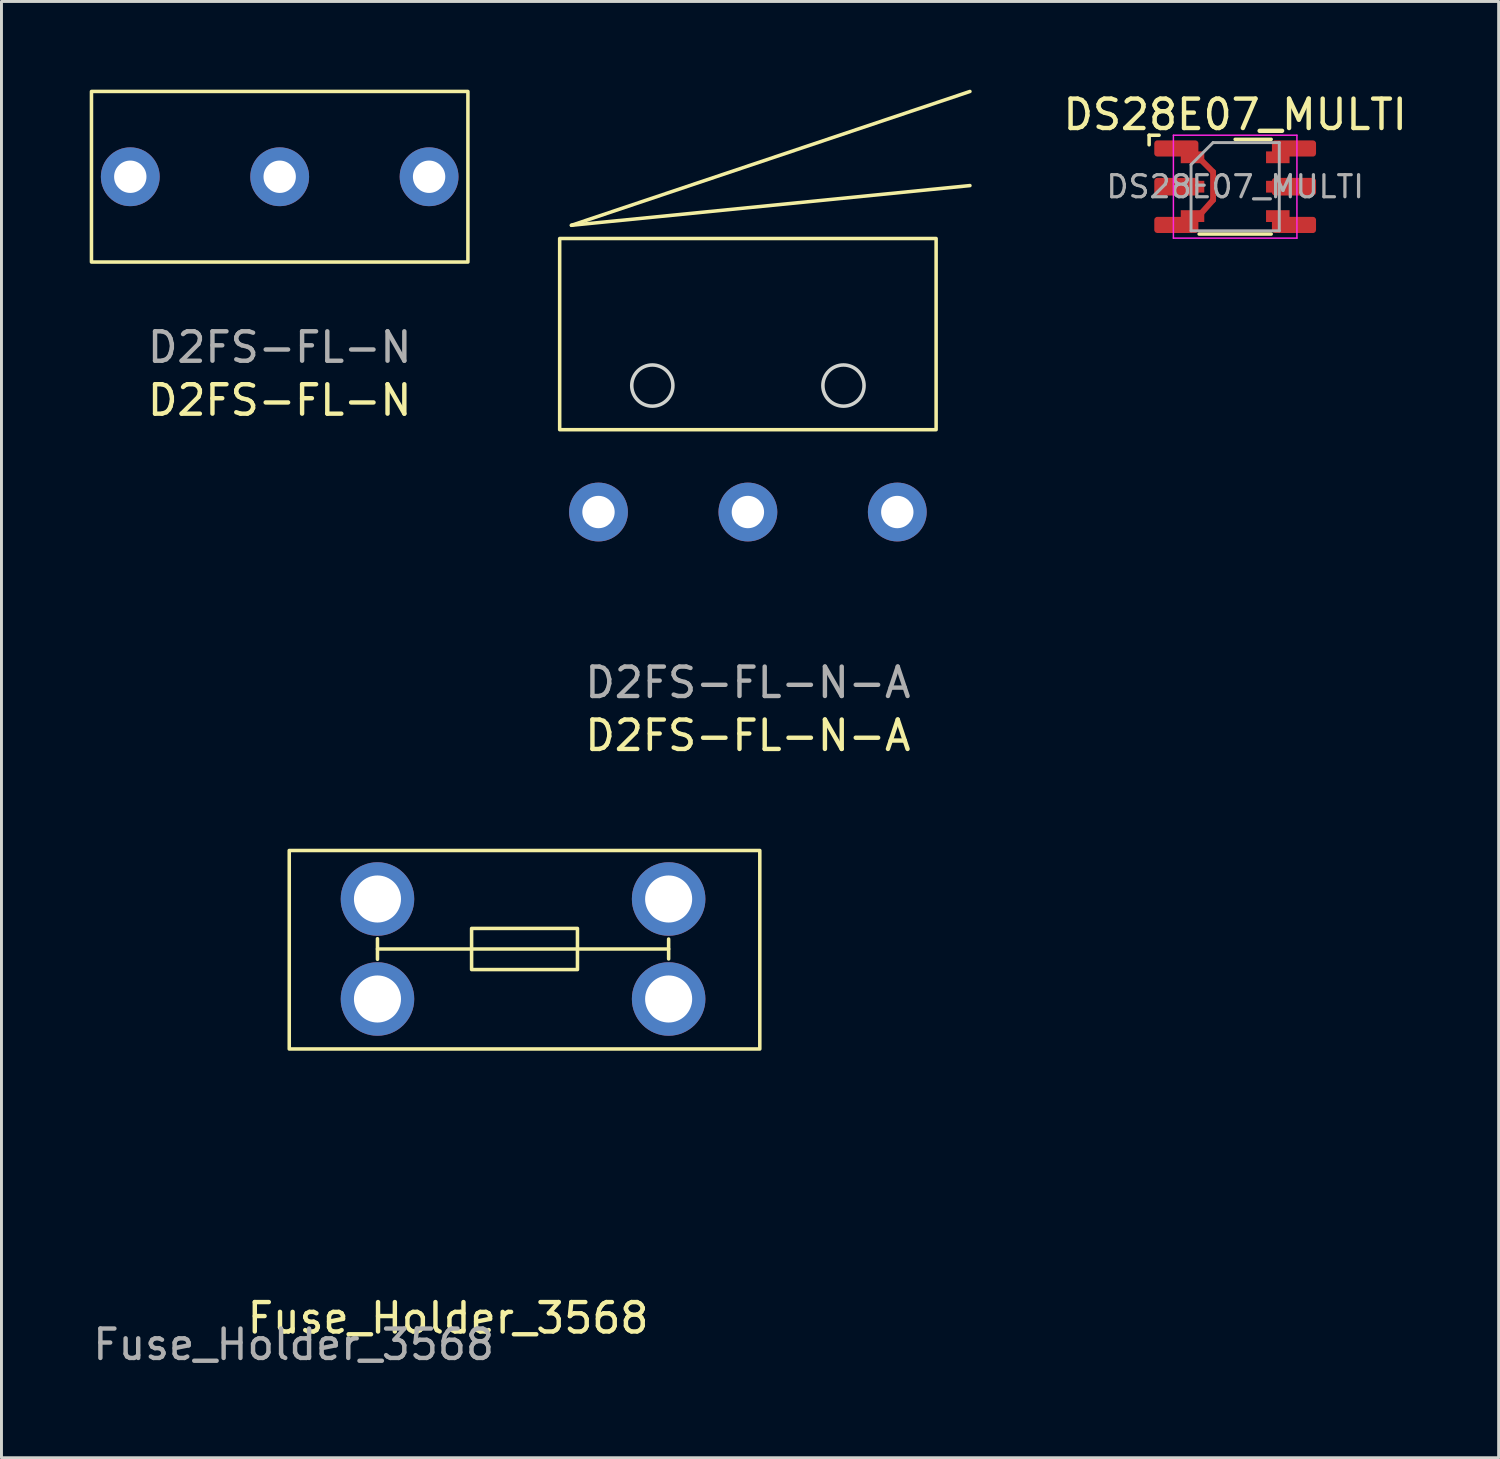
<source format=kicad_pcb>
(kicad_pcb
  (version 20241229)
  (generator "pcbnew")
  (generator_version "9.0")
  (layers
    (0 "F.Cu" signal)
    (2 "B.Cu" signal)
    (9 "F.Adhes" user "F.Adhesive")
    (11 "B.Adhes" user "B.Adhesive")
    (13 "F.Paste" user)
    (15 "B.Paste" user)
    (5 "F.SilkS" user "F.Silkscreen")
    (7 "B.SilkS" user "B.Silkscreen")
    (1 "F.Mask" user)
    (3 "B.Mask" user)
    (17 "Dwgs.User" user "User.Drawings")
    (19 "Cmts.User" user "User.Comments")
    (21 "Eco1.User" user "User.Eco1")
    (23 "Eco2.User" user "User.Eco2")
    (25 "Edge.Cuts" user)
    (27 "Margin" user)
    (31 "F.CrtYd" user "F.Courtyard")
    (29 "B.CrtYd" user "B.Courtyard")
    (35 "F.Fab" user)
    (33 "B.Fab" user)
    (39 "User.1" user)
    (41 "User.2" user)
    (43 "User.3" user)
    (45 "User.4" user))
  (footprint "DS28E07_MULTI"
    (layer "F.Cu")
    (at 38.948 3.298)
    (property "Reference" "DS28E07_MULTI" (at 0 -2.45 0) (layer "F.SilkS") (effects (font (size 1 1) (thickness 0.15))))
    (attr smd)
    (fp_line (start -1.15 -0.9) (end -0.75 -0.5) (stroke (width 0.2) (type solid)) (layer "F.Cu"))
    (fp_line (start -0.75 -0.5) (end -0.75 0.45) (stroke (width 0.2) (type solid)) (layer "F.Cu"))
    (fp_line (start -0.75 0.45) (end -1.15 0.9) (stroke (width 0.2) (type solid)) (layer "F.Cu"))
    (fp_line (start -2.925 -1.75) (end -2.587 -1.75) (stroke (width 0.12) (type solid)) (layer "F.SilkS"))
    (fp_line (start -2.925 -1.425) (end -2.925 -1.75) (stroke (width 0.12) (type solid)) (layer "F.SilkS"))
    (fp_line (start -1.225 1.61) (end 1.225 1.61) (stroke (width 0.12) (type solid)) (layer "F.SilkS"))
    (fp_line (start 0 -1.61) (end 1.225 -1.61) (stroke (width 0.12) (type solid)) (layer "F.SilkS"))
    (fp_line (start -2.1 -1.75) (end -2.1 1.75) (stroke (width 0.05) (type solid)) (layer "F.CrtYd"))
    (fp_line (start -2.1 1.75) (end 2.1 1.75) (stroke (width 0.05) (type solid)) (layer "F.CrtYd"))
    (fp_line (start 2.1 -1.75) (end -2.1 -1.75) (stroke (width 0.05) (type solid)) (layer "F.CrtYd"))
    (fp_line (start 2.1 1.75) (end 2.1 -1.75) (stroke (width 0.05) (type solid)) (layer "F.CrtYd"))
    (fp_line (start -1.5 -0.75) (end -0.75 -1.5) (stroke (width 0.1) (type solid)) (layer "F.Fab"))
    (fp_line (start -1.5 1.5) (end -1.5 -0.75) (stroke (width 0.1) (type solid)) (layer "F.Fab"))
    (fp_line (start -0.75 -1.5) (end 1.5 -1.5) (stroke (width 0.1) (type solid)) (layer "F.Fab"))
    (fp_line (start 1.5 -1.5) (end 1.5 1.5) (stroke (width 0.1) (type solid)) (layer "F.Fab"))
    (fp_line (start 1.5 1.5) (end -1.5 1.5) (stroke (width 0.1) (type solid)) (layer "F.Fab"))
    (fp_text user "${REFERENCE}" (at 0 0 0) (layer "F.Fab") (effects (font (size 0.75 0.75) (thickness 0.11))))
    (pad "1" smd custom (at -1.45 -1) (size 0.8 0.4) (layers "F.Cu" "F.Mask" "F.Paste") (options (anchor rect)) (primitives (gr_poly (pts (xy 0.1 -0.125) (xy 0.1 -0.475) (xy -1.2 -0.475) (xy -1.2 -0.125)) (width 0.2) (fill yes))))
    (pad "2" smd custom (at -1.45 0) (size 0.8 0.4) (layers "F.Cu" "F.Mask" "F.Paste") (options (anchor rect)) (primitives (gr_poly (pts (xy 0.1 0.2) (xy 0.1 -0.2) (xy -1.2 -0.2) (xy -1.2 0.2)) (width 0.2) (fill yes))))
    (pad "3" smd custom (at -1.45 1) (size 0.8 0.4) (layers "F.Cu" "F.Mask" "F.Paste") (options (anchor rect)) (primitives (gr_poly (pts (xy 0.1 0.125) (xy 0.1 0.475) (xy -1.2 0.475) (xy -1.2 0.125)) (width 0.2) (fill yes))))
    (pad "4" smd custom (at 1.45 1) (size 0.8 0.4) (layers "F.Cu" "F.Mask" "F.Paste") (options (anchor rect)) (primitives (gr_poly (pts (xy -0.1 0.125) (xy -0.1 0.475) (xy 1.2 0.475) (xy 1.2 0.125)) (width 0.2) (fill yes))))
    (pad "5" smd custom (at 1.45 0) (size 0.8 0.4) (layers "F.Cu" "F.Mask" "F.Paste") (options (anchor rect)) (primitives (gr_poly (pts (xy -0.1 0.2) (xy -0.1 -0.2) (xy 1.2 -0.2) (xy 1.2 0.2)) (width 0.2) (fill yes))))
    (pad "6" smd custom (at 1.45 -1) (size 0.8 0.4) (layers "F.Cu" "F.Mask" "F.Paste") (options (anchor rect)) (primitives (gr_poly (pts (xy -0.1 -0.125) (xy -0.1 -0.475) (xy 1.2 -0.475) (xy 1.2 -0.125)) (width 0.2) (fill yes)))))
  (footprint "D2FS-FL-N-A"
    (layer "F.Cu")
    (at 22.38 14.36)
    (property "Reference" "D2FS-FL-N-A" (at 0 7.6 0) (unlocked yes) (layer "F.SilkS") (effects (font (size 1 1) (thickness 0.15))))
    (attr through_hole)
    (fp_line (start 7.55 -14.3) (end -6 -9.75) (stroke (width 0.12) (type default)) (layer "F.SilkS"))
    (fp_line (start 7.55 -11.1) (end -6 -9.75) (stroke (width 0.12) (type default)) (layer "F.SilkS"))
    (fp_rect (start -6.4 -9.3) (end 6.4 -2.8) (stroke (width 0.12) (type default)) (fill no) (layer "F.SilkS"))
    (fp_circle (center -3.25 -4.3) (end -2.55 -4.3) (stroke (width 0.12) (type default)) (fill no) (layer "Edge.Cuts"))
    (fp_circle (center 3.25 -4.3) (end 3.95 -4.3) (stroke (width 0.12) (type default)) (fill no) (layer "Edge.Cuts"))
    (fp_text user "${REFERENCE}" (at 0 5.8 0) (unlocked yes) (layer "F.Fab") (effects (font (size 1 1) (thickness 0.15))))
    (pad "1" thru_hole circle (at -5.08 0) (size 2 2) (drill 1.1) (layers "*.Cu" "*.Mask"))
    (pad "2" thru_hole circle (at 0 0) (size 2 2) (drill 1.1) (layers "*.Cu" "*.Mask"))
    (pad "3" thru_hole circle (at 5.08 0) (size 2 2) (drill 1.1) (layers "*.Cu" "*.Mask")))
  (footprint "Fuse_Holder_3568"
    (layer "F.Cu")
    (at 9.785 30.918)
    (property "Reference" "Fuse_Holder_3568" (at 2.4 10.85 0) (unlocked yes) (layer "F.SilkS") (effects (font (size 1 1) (thickness 0.15))))
    (attr through_hole)
    (fp_line (start 0 -2.05) (end 0 -1.35) (stroke (width 0.12) (type solid)) (layer "F.SilkS"))
    (fp_line (start 0 -1.7) (end 9.9 -1.7) (stroke (width 0.12) (type solid)) (layer "F.SilkS"))
    (fp_line (start 9.9 -2.038) (end 9.9 -1.363) (stroke (width 0.12) (type solid)) (layer "F.SilkS"))
    (fp_rect (start -3 -5.05) (end 13 1.7) (stroke (width 0.12) (type solid)) (fill no) (layer "F.SilkS"))
    (fp_rect (start 3.2 -2.4) (end 6.8 -1) (stroke (width 0.12) (type solid)) (fill no) (layer "F.SilkS"))
    (fp_text user "${REFERENCE}" (at -2.85 11.75 0) (unlocked yes) (layer "F.Fab") (effects (font (size 1 1) (thickness 0.15))))
    (pad "1" thru_hole circle (at 0 0) (size 2.5 2.5) (drill 1.6) (layers "*.Cu" "*.Mask"))
    (pad "2" thru_hole circle (at 0 -3.4) (size 2.5 2.5) (drill 1.6) (layers "*.Cu" "*.Mask"))
    (pad "3" thru_hole circle (at 9.9 -3.4) (size 2.5 2.5) (drill 1.6) (layers "*.Cu" "*.Mask"))
    (pad "4" thru_hole circle (at 9.9 0) (size 2.5 2.5) (drill 1.6) (layers "*.Cu" "*.Mask")))
  (footprint "D2FS-FL-N"
    (layer "F.Cu")
    (at 6.46 2.96)
    (property "Reference" "D2FS-FL-N" (at 0 7.6 0) (unlocked yes) (layer "F.SilkS") (effects (font (size 1 1) (thickness 0.15))))
    (attr through_hole)
    (fp_rect (start -6.4 -2.9) (end 6.4 2.9) (stroke (width 0.12) (type default)) (fill no) (layer "F.SilkS"))
    (fp_text user "${REFERENCE}" (at 0 5.8 0) (unlocked yes) (layer "F.Fab") (effects (font (size 1 1) (thickness 0.15))))
    (pad "1" thru_hole circle (at -5.08 0) (size 2 2) (drill 1.1) (layers "*.Cu" "*.Mask"))
    (pad "2" thru_hole circle (at 0 0) (size 2 2) (drill 1.1) (layers "*.Cu" "*.Mask"))
    (pad "3" thru_hole circle (at 5.08 0) (size 2 2) (drill 1.1) (layers "*.Cu" "*.Mask")))
  (gr_rect
    (start -3 -3)
    (end 47.907 46.517)
    (stroke (width 0.1) (type default))
    (fill no)
    (layer "Edge.Cuts")))
</source>
